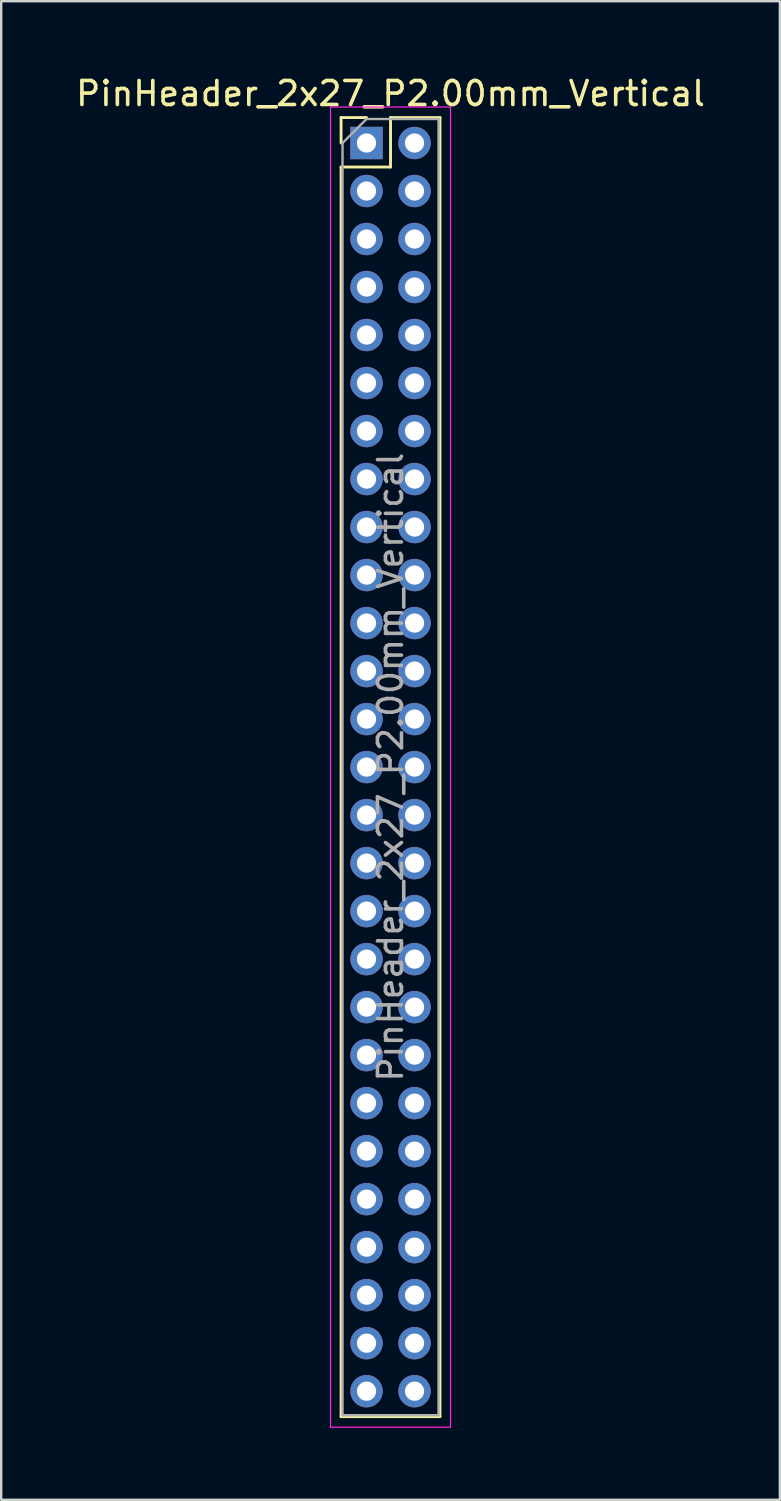
<source format=kicad_pcb>
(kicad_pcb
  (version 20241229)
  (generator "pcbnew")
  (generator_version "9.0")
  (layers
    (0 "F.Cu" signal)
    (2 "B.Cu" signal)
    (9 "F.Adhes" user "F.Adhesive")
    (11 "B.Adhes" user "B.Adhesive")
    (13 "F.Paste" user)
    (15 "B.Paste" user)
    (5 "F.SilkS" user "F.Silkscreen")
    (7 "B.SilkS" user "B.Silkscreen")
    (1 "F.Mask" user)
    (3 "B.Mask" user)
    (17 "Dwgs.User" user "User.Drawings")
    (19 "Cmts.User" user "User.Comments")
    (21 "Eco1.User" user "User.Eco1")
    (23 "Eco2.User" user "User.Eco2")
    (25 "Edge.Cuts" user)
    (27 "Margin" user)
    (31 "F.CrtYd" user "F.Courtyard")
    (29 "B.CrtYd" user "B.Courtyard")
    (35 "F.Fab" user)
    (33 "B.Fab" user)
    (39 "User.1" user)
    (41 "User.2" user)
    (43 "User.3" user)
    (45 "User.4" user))
  (footprint "PinHeader_2x27_P2.00mm_Vertical"
    (layer "F.Cu")
    (at 12.22 2.908)
    (property "Reference" "PinHeader_2x27_P2.00mm_Vertical" (at 1 -2.06 0) (layer "F.SilkS") (effects (font (size 1 1) (thickness 0.15))))
    (attr through_hole)
    (fp_line (start -1.06 -1.06) (end 0 -1.06) (stroke (width 0.12) (type solid)) (layer "F.SilkS"))
    (fp_line (start -1.06 0) (end -1.06 -1.06) (stroke (width 0.12) (type solid)) (layer "F.SilkS"))
    (fp_line (start -1.06 1) (end -1.06 53.06) (stroke (width 0.12) (type solid)) (layer "F.SilkS"))
    (fp_line (start -1.06 1) (end 1 1) (stroke (width 0.12) (type solid)) (layer "F.SilkS"))
    (fp_line (start -1.06 53.06) (end 3.06 53.06) (stroke (width 0.12) (type solid)) (layer "F.SilkS"))
    (fp_line (start 1 -1.06) (end 3.06 -1.06) (stroke (width 0.12) (type solid)) (layer "F.SilkS"))
    (fp_line (start 1 1) (end 1 -1.06) (stroke (width 0.12) (type solid)) (layer "F.SilkS"))
    (fp_line (start 3.06 -1.06) (end 3.06 53.06) (stroke (width 0.12) (type solid)) (layer "F.SilkS"))
    (fp_line (start -1.5 -1.5) (end -1.5 53.5) (stroke (width 0.05) (type solid)) (layer "F.CrtYd"))
    (fp_line (start -1.5 53.5) (end 3.5 53.5) (stroke (width 0.05) (type solid)) (layer "F.CrtYd"))
    (fp_line (start 3.5 -1.5) (end -1.5 -1.5) (stroke (width 0.05) (type solid)) (layer "F.CrtYd"))
    (fp_line (start 3.5 53.5) (end 3.5 -1.5) (stroke (width 0.05) (type solid)) (layer "F.CrtYd"))
    (fp_line (start -1 0) (end 0 -1) (stroke (width 0.1) (type solid)) (layer "F.Fab"))
    (fp_line (start -1 53) (end -1 0) (stroke (width 0.1) (type solid)) (layer "F.Fab"))
    (fp_line (start 0 -1) (end 3 -1) (stroke (width 0.1) (type solid)) (layer "F.Fab"))
    (fp_line (start 3 -1) (end 3 53) (stroke (width 0.1) (type solid)) (layer "F.Fab"))
    (fp_line (start 3 53) (end -1 53) (stroke (width 0.1) (type solid)) (layer "F.Fab"))
    (fp_text user "${REFERENCE}" (at 1 26 90) (layer "F.Fab") (effects (font (size 1 1) (thickness 0.15))))
    (pad "1" thru_hole rect (at 0 0) (size 1.35 1.35) (drill 0.8) (layers "*.Cu" "*.Mask"))
    (pad "2" thru_hole oval (at 2 0) (size 1.35 1.35) (drill 0.8) (layers "*.Cu" "*.Mask"))
    (pad "3" thru_hole oval (at 0 2) (size 1.35 1.35) (drill 0.8) (layers "*.Cu" "*.Mask"))
    (pad "4" thru_hole oval (at 2 2) (size 1.35 1.35) (drill 0.8) (layers "*.Cu" "*.Mask"))
    (pad "5" thru_hole oval (at 0 4) (size 1.35 1.35) (drill 0.8) (layers "*.Cu" "*.Mask"))
    (pad "6" thru_hole oval (at 2 4) (size 1.35 1.35) (drill 0.8) (layers "*.Cu" "*.Mask"))
    (pad "7" thru_hole oval (at 0 6) (size 1.35 1.35) (drill 0.8) (layers "*.Cu" "*.Mask"))
    (pad "8" thru_hole oval (at 2 6) (size 1.35 1.35) (drill 0.8) (layers "*.Cu" "*.Mask"))
    (pad "9" thru_hole oval (at 0 8) (size 1.35 1.35) (drill 0.8) (layers "*.Cu" "*.Mask"))
    (pad "10" thru_hole oval (at 2 8) (size 1.35 1.35) (drill 0.8) (layers "*.Cu" "*.Mask"))
    (pad "11" thru_hole oval (at 0 10) (size 1.35 1.35) (drill 0.8) (layers "*.Cu" "*.Mask"))
    (pad "12" thru_hole oval (at 2 10) (size 1.35 1.35) (drill 0.8) (layers "*.Cu" "*.Mask"))
    (pad "13" thru_hole oval (at 0 12) (size 1.35 1.35) (drill 0.8) (layers "*.Cu" "*.Mask"))
    (pad "14" thru_hole oval (at 2 12) (size 1.35 1.35) (drill 0.8) (layers "*.Cu" "*.Mask"))
    (pad "15" thru_hole oval (at 0 14) (size 1.35 1.35) (drill 0.8) (layers "*.Cu" "*.Mask"))
    (pad "16" thru_hole oval (at 2 14) (size 1.35 1.35) (drill 0.8) (layers "*.Cu" "*.Mask"))
    (pad "17" thru_hole oval (at 0 16) (size 1.35 1.35) (drill 0.8) (layers "*.Cu" "*.Mask"))
    (pad "18" thru_hole oval (at 2 16) (size 1.35 1.35) (drill 0.8) (layers "*.Cu" "*.Mask"))
    (pad "19" thru_hole oval (at 0 18) (size 1.35 1.35) (drill 0.8) (layers "*.Cu" "*.Mask"))
    (pad "20" thru_hole oval (at 2 18) (size 1.35 1.35) (drill 0.8) (layers "*.Cu" "*.Mask"))
    (pad "21" thru_hole oval (at 0 20) (size 1.35 1.35) (drill 0.8) (layers "*.Cu" "*.Mask"))
    (pad "22" thru_hole oval (at 2 20) (size 1.35 1.35) (drill 0.8) (layers "*.Cu" "*.Mask"))
    (pad "23" thru_hole oval (at 0 22) (size 1.35 1.35) (drill 0.8) (layers "*.Cu" "*.Mask"))
    (pad "24" thru_hole oval (at 2 22) (size 1.35 1.35) (drill 0.8) (layers "*.Cu" "*.Mask"))
    (pad "25" thru_hole oval (at 0 24) (size 1.35 1.35) (drill 0.8) (layers "*.Cu" "*.Mask"))
    (pad "26" thru_hole oval (at 2 24) (size 1.35 1.35) (drill 0.8) (layers "*.Cu" "*.Mask"))
    (pad "27" thru_hole oval (at 0 26) (size 1.35 1.35) (drill 0.8) (layers "*.Cu" "*.Mask"))
    (pad "28" thru_hole oval (at 2 26) (size 1.35 1.35) (drill 0.8) (layers "*.Cu" "*.Mask"))
    (pad "29" thru_hole oval (at 0 28) (size 1.35 1.35) (drill 0.8) (layers "*.Cu" "*.Mask"))
    (pad "30" thru_hole oval (at 2 28) (size 1.35 1.35) (drill 0.8) (layers "*.Cu" "*.Mask"))
    (pad "31" thru_hole oval (at 0 30) (size 1.35 1.35) (drill 0.8) (layers "*.Cu" "*.Mask"))
    (pad "32" thru_hole oval (at 2 30) (size 1.35 1.35) (drill 0.8) (layers "*.Cu" "*.Mask"))
    (pad "33" thru_hole oval (at 0 32) (size 1.35 1.35) (drill 0.8) (layers "*.Cu" "*.Mask"))
    (pad "34" thru_hole oval (at 2 32) (size 1.35 1.35) (drill 0.8) (layers "*.Cu" "*.Mask"))
    (pad "35" thru_hole oval (at 0 34) (size 1.35 1.35) (drill 0.8) (layers "*.Cu" "*.Mask"))
    (pad "36" thru_hole oval (at 2 34) (size 1.35 1.35) (drill 0.8) (layers "*.Cu" "*.Mask"))
    (pad "37" thru_hole oval (at 0 36) (size 1.35 1.35) (drill 0.8) (layers "*.Cu" "*.Mask"))
    (pad "38" thru_hole oval (at 2 36) (size 1.35 1.35) (drill 0.8) (layers "*.Cu" "*.Mask"))
    (pad "39" thru_hole oval (at 0 38) (size 1.35 1.35) (drill 0.8) (layers "*.Cu" "*.Mask"))
    (pad "40" thru_hole oval (at 2 38) (size 1.35 1.35) (drill 0.8) (layers "*.Cu" "*.Mask"))
    (pad "41" thru_hole oval (at 0 40) (size 1.35 1.35) (drill 0.8) (layers "*.Cu" "*.Mask"))
    (pad "42" thru_hole oval (at 2 40) (size 1.35 1.35) (drill 0.8) (layers "*.Cu" "*.Mask"))
    (pad "43" thru_hole oval (at 0 42) (size 1.35 1.35) (drill 0.8) (layers "*.Cu" "*.Mask"))
    (pad "44" thru_hole oval (at 2 42) (size 1.35 1.35) (drill 0.8) (layers "*.Cu" "*.Mask"))
    (pad "45" thru_hole oval (at 0 44) (size 1.35 1.35) (drill 0.8) (layers "*.Cu" "*.Mask"))
    (pad "46" thru_hole oval (at 2 44) (size 1.35 1.35) (drill 0.8) (layers "*.Cu" "*.Mask"))
    (pad "47" thru_hole oval (at 0 46) (size 1.35 1.35) (drill 0.8) (layers "*.Cu" "*.Mask"))
    (pad "48" thru_hole oval (at 2 46) (size 1.35 1.35) (drill 0.8) (layers "*.Cu" "*.Mask"))
    (pad "49" thru_hole oval (at 0 48) (size 1.35 1.35) (drill 0.8) (layers "*.Cu" "*.Mask"))
    (pad "50" thru_hole oval (at 2 48) (size 1.35 1.35) (drill 0.8) (layers "*.Cu" "*.Mask"))
    (pad "51" thru_hole oval (at 0 50) (size 1.35 1.35) (drill 0.8) (layers "*.Cu" "*.Mask"))
    (pad "52" thru_hole oval (at 2 50) (size 1.35 1.35) (drill 0.8) (layers "*.Cu" "*.Mask"))
    (pad "53" thru_hole oval (at 0 52) (size 1.35 1.35) (drill 0.8) (layers "*.Cu" "*.Mask"))
    (pad "54" thru_hole oval (at 2 52) (size 1.35 1.35) (drill 0.8) (layers "*.Cu" "*.Mask")))
  (gr_rect
    (start -3 -3)
    (end 29.44 59.433)
    (stroke (width 0.1) (type default))
    (fill no)
    (layer "Edge.Cuts")))
</source>
